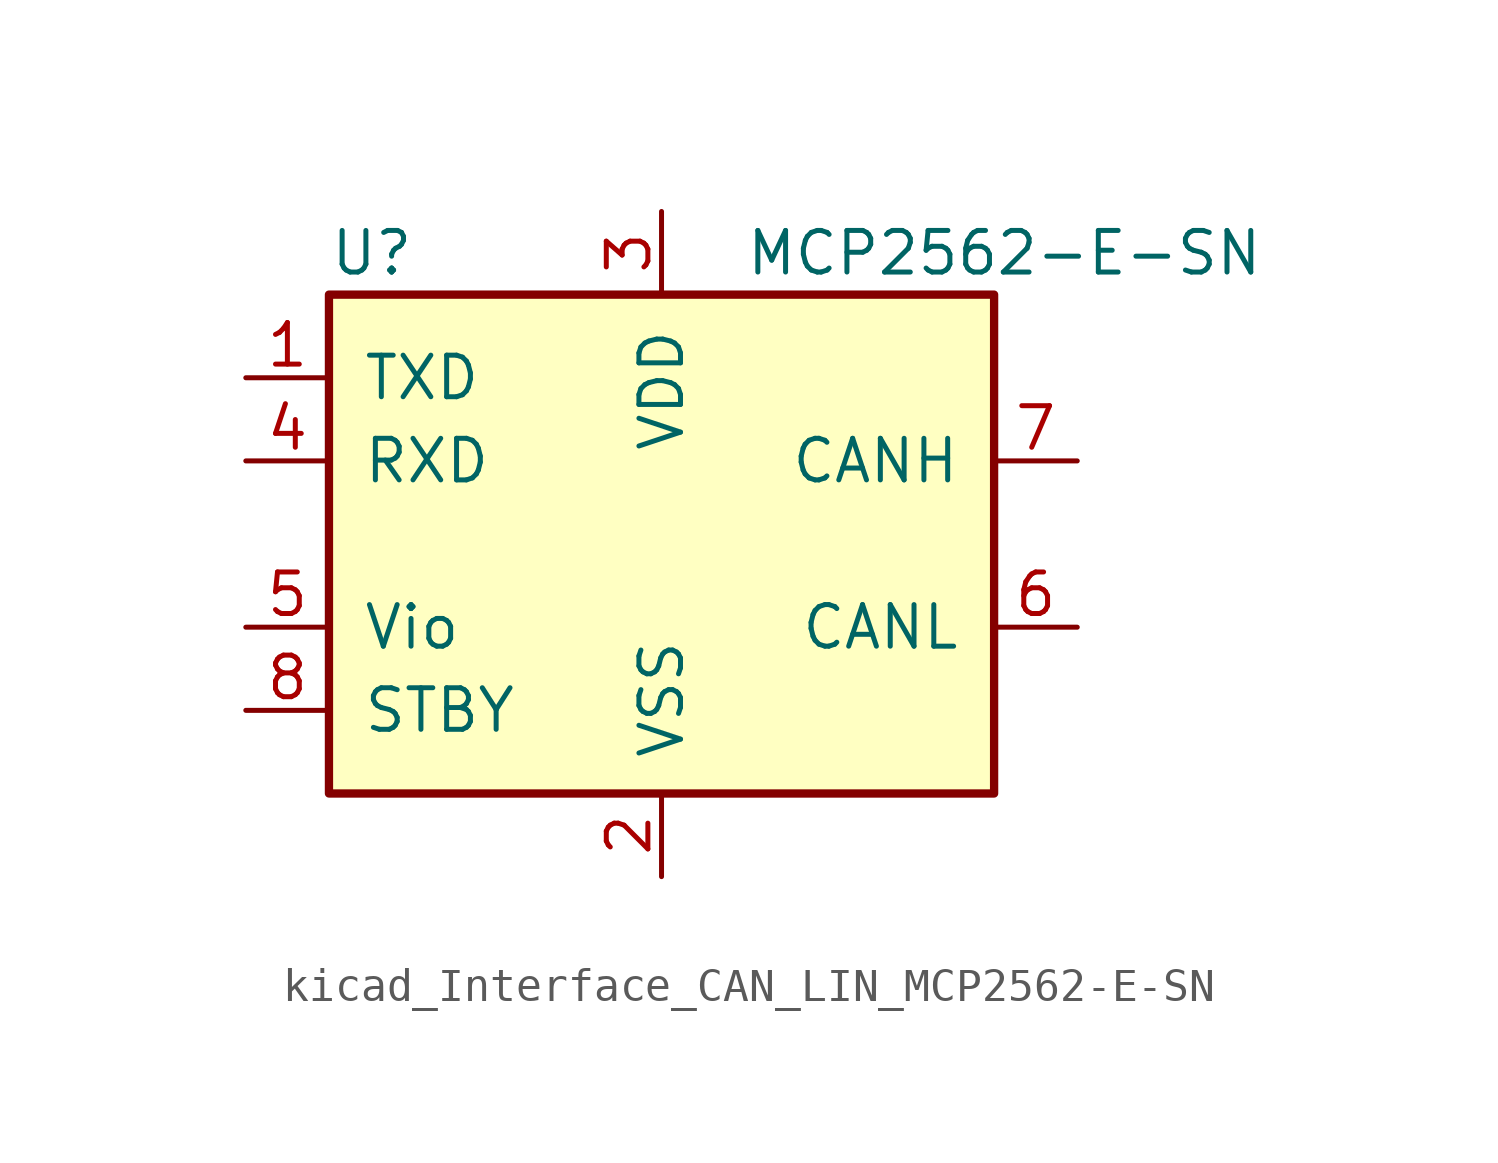
<source format=kicad_sym>
(kicad_symbol_lib
  (version 20220914)
  (generator kicad_symbol_editor)
  (symbol "kicad_Interface_CAN_LIN_MCP2562-E-SN"
    (pin_names
      (offset 1.016))
    (property "Reference" "U"
      (at -10.16 8.89 0)
      (effects (font (size 1.27 1.27)) (justify left)))
    (property "Value" "MCP2562-E-SN"
      (at 2.54 8.89 0)
      (effects (font (size 1.27 1.27)) (justify left)))
    (symbol "kicad_Interface_CAN_LIN_MCP2562-E-SN_0_1"
      (rectangle (start -10.16 7.62) (end 10.16 -7.62) (stroke (width 0.254) (type default)) (fill (type background))))
    (symbol "kicad_Interface_CAN_LIN_MCP2562-E-SN_1_1"
      (pin input line (at -12.7 5.08 0) (length 2.54) (name "TXD" (effects (font (size 1.27 1.27)))) (number "1" (effects (font (size 1.27 1.27)))))
      (pin power_in line (at 0 -10.16 90) (length 2.54) (name "VSS" (effects (font (size 1.27 1.27)))) (number "2" (effects (font (size 1.27 1.27)))))
      (pin power_in line (at 0 10.16 270) (length 2.54) (name "VDD" (effects (font (size 1.27 1.27)))) (number "3" (effects (font (size 1.27 1.27)))))
      (pin output line (at -12.7 2.54 0) (length 2.54) (name "RXD" (effects (font (size 1.27 1.27)))) (number "4" (effects (font (size 1.27 1.27)))))
      (pin power_in line (at -12.7 -2.54 0) (length 2.54) (name "Vio" (effects (font (size 1.27 1.27)))) (number "5" (effects (font (size 1.27 1.27)))))
      (pin bidirectional line (at 12.7 -2.54 180) (length 2.54) (name "CANL" (effects (font (size 1.27 1.27)))) (number "6" (effects (font (size 1.27 1.27)))))
      (pin bidirectional line (at 12.7 2.54 180) (length 2.54) (name "CANH" (effects (font (size 1.27 1.27)))) (number "7" (effects (font (size 1.27 1.27)))))
      (pin input line (at -12.7 -5.08 0) (length 2.54) (name "STBY" (effects (font (size 1.27 1.27)))) (number "8" (effects (font (size 1.27 1.27))))))))
</source>
